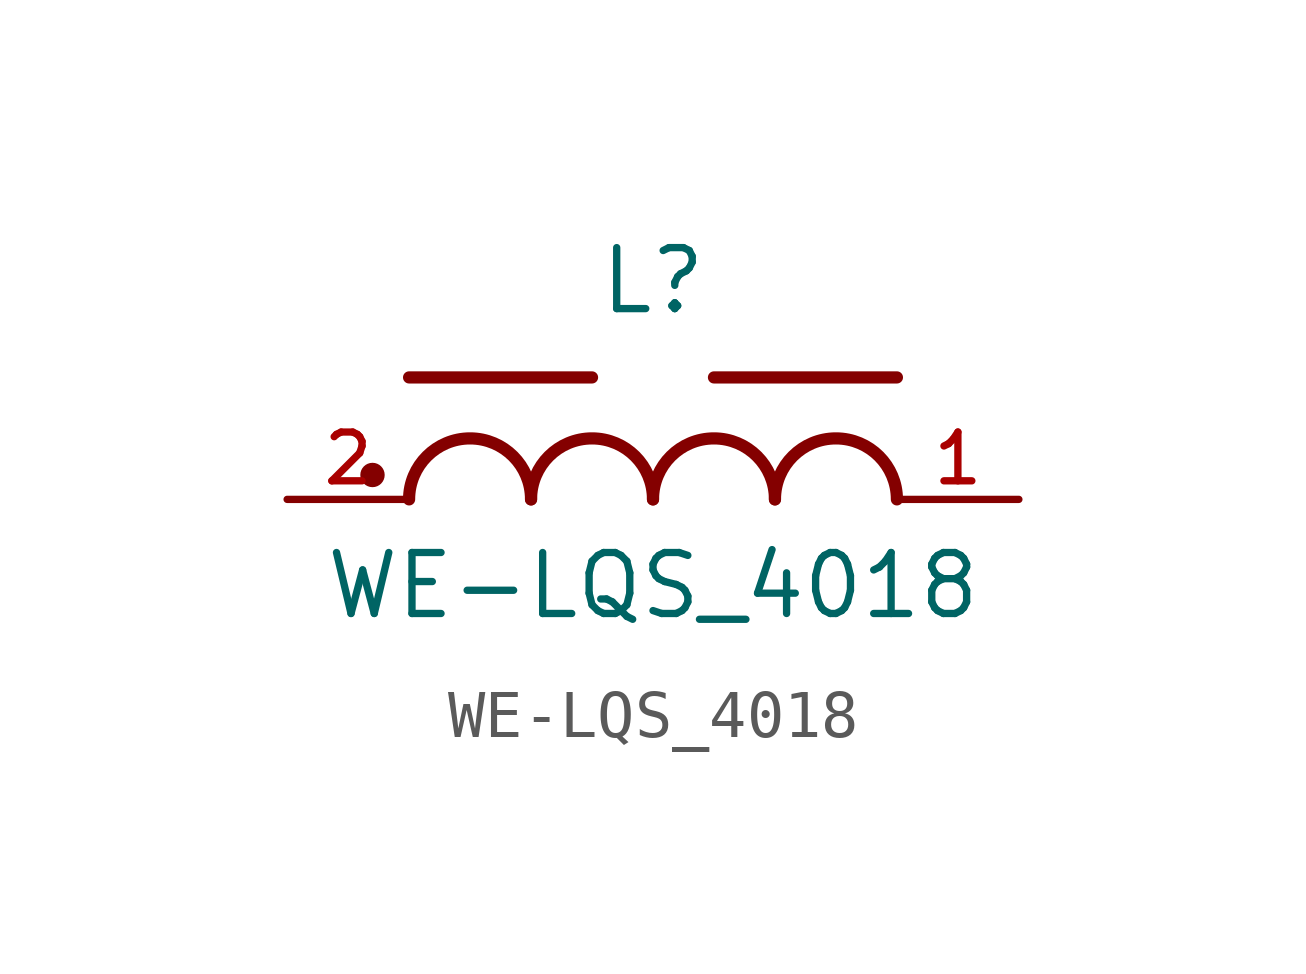
<source format=kicad_sym>
(kicad_symbol_lib
  (version 20211014)
  (generator kicad_symbol_editor)
  (symbol "WE-LQS_4018"
    (pin_names
      (offset 1.016))
    (property "Reference" "L"
      (at 0.0 3.81 0)
      (effects (font (size 1.27 1.27)) (justify bottom)))
    (property "Value" "WE-LQS_4018"
      (at 0.0 -2.54 0)
      (effects (font (size 1.27 1.27)) (justify bottom)))
    (symbol "WE-LQS_4018_0_0"
      (arc (start 5.08 0.0) (mid 3.81 1.27) (end 2.54 0.0) (stroke (width 0.254) (type default) (color 0 0 0 0)) (fill (type none)))
      (arc (start 2.54 0.0) (mid 1.27 1.27) (end 0.0 0.0) (stroke (width 0.254) (type default) (color 0 0 0 0)) (fill (type none)))
      (arc (start 0.0 0.0) (mid -1.27 1.27) (end -2.54 0.0) (stroke (width 0.254) (type default) (color 0 0 0 0)) (fill (type none)))
      (arc (start -2.54 0.0) (mid -3.81 1.27) (end -5.08 0.0) (stroke (width 0.254) (type default) (color 0 0 0 0)) (fill (type none)))
      (polyline (pts (xy -5.08 2.54) (xy -1.27 2.54)) (stroke (width 0.254)))
      (polyline (pts (xy 1.27 2.54) (xy 5.08 2.54)) (stroke (width 0.254)))
      (circle (center -5.842 0.508) (radius 0.127) (stroke (width 0.254)) (fill (type none)))
      (pin passive line (at -7.62 0.0 0) (length 2.54) (name "~" (effects (font (size 1.016 1.016)))) (number "2" (effects (font (size 1.016 1.016)))))
      (pin passive line (at 7.62 0.0 180.0) (length 2.54) (name "~" (effects (font (size 1.016 1.016)))) (number "1" (effects (font (size 1.016 1.016))))))))
</source>
